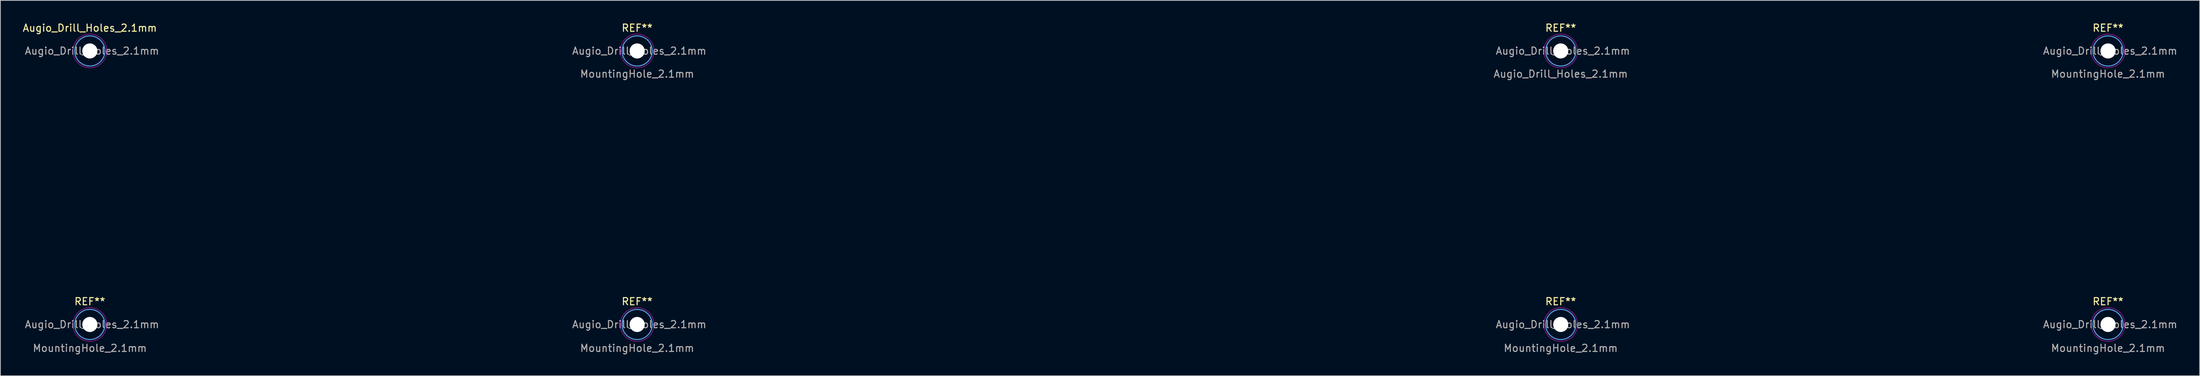
<source format=kicad_pcb>
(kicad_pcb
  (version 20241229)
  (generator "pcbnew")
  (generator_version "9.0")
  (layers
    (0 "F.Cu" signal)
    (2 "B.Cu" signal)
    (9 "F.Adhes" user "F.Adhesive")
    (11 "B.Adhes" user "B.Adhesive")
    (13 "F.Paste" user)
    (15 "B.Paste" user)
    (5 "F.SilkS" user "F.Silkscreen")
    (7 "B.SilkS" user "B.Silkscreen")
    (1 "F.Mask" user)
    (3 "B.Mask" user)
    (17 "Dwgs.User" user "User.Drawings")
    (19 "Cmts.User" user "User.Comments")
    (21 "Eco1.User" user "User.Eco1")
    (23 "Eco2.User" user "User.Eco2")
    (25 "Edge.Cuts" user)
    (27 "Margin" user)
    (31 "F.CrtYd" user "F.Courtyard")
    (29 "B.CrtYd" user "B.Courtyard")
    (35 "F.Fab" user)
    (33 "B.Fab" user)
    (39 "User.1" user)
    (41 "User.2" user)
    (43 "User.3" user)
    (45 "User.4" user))
  (footprint "Augio_Drill_Holes_2.1mm"
    (layer "F.Cu")
    (at 9.458 4.048)
    (property "Reference" "Augio_Drill_Holes_2.1mm" (at 0 -3.2 0) (layer "F.SilkS") (effects (font (size 1 1) (thickness 0.15))))
    (attr exclude_from_pos_files exclude_from_bom)
    (fp_circle (center 0 0) (end 2.1 0) (stroke (width 0.15) (type solid)) (fill no) (layer "Cmts.User"))
    (fp_circle (center 0 38.1) (end 2.1 38.1) (stroke (width 0.15) (type solid)) (fill no) (layer "Cmts.User"))
    (fp_circle (center 76.2 0) (end 78.3 0) (stroke (width 0.15) (type solid)) (fill no) (layer "Cmts.User"))
    (fp_circle (center 76.2 38.1) (end 78.3 38.1) (stroke (width 0.15) (type solid)) (fill no) (layer "Cmts.User"))
    (fp_circle (center 204.787 0) (end 206.887 0) (stroke (width 0.15) (type solid)) (fill no) (layer "Cmts.User"))
    (fp_circle (center 204.787 38.1) (end 206.887 38.1) (stroke (width 0.15) (type solid)) (fill no) (layer "Cmts.User"))
    (fp_circle (center 280.988 0) (end 283.087 0) (stroke (width 0.15) (type solid)) (fill no) (layer "Cmts.User"))
    (fp_circle (center 280.988 38.1) (end 283.087 38.1) (stroke (width 0.15) (type solid)) (fill no) (layer "Cmts.User"))
    (fp_circle (center 0 0) (end 2.35 0) (stroke (width 0.05) (type solid)) (fill no) (layer "F.CrtYd"))
    (fp_circle (center 0 38.1) (end 2.35 38.1) (stroke (width 0.05) (type solid)) (fill no) (layer "F.CrtYd"))
    (fp_circle (center 76.2 0) (end 78.55 0) (stroke (width 0.05) (type solid)) (fill no) (layer "F.CrtYd"))
    (fp_circle (center 76.2 38.1) (end 78.55 38.1) (stroke (width 0.05) (type solid)) (fill no) (layer "F.CrtYd"))
    (fp_circle (center 204.787 0) (end 207.137 0) (stroke (width 0.05) (type solid)) (fill no) (layer "F.CrtYd"))
    (fp_circle (center 204.787 38.1) (end 207.137 38.1) (stroke (width 0.05) (type solid)) (fill no) (layer "F.CrtYd"))
    (fp_circle (center 280.988 0) (end 283.337 0) (stroke (width 0.05) (type solid)) (fill no) (layer "F.CrtYd"))
    (fp_circle (center 280.988 38.1) (end 283.337 38.1) (stroke (width 0.05) (type solid)) (fill no) (layer "F.CrtYd"))
    (fp_text user "REF**" (at 76.2 34.9 0) (layer "F.SilkS") (effects (font (size 1 1) (thickness 0.15))))
    (fp_text user "REF**" (at 280.988 -3.2 0) (layer "F.SilkS") (effects (font (size 1 1) (thickness 0.15))))
    (fp_text user "REF**" (at 204.787 -3.2 0) (layer "F.SilkS") (effects (font (size 1 1) (thickness 0.15))))
    (fp_text user "REF**" (at 280.988 34.9 0) (layer "F.SilkS") (effects (font (size 1 1) (thickness 0.15))))
    (fp_text user "REF**" (at 204.787 34.9 0) (layer "F.SilkS") (effects (font (size 1 1) (thickness 0.15))))
    (fp_text user "REF**" (at 0 34.9 0) (layer "F.SilkS") (effects (font (size 1 1) (thickness 0.15))))
    (fp_text user "REF**" (at 76.2 -3.2 0) (layer "F.SilkS") (effects (font (size 1 1) (thickness 0.15))))
    (fp_text user "MountingHole_2.1mm" (at 204.787 41.402 0) (layer "F.Fab") (effects (font (size 1 1) (thickness 0.15))))
    (fp_text user "MountingHole_2.1mm" (at 76.2 3.2 0) (layer "F.Fab") (effects (font (size 1 1) (thickness 0.15))))
    (fp_text user "${REFERENCE}" (at 76.5 0 0) (layer "F.Fab") (effects (font (size 1 1) (thickness 0.15))))
    (fp_text user "${REFERENCE}" (at 0.3 0 0) (layer "F.Fab") (effects (font (size 1 1) (thickness 0.15))))
    (fp_text user "${REFERENCE}" (at 76.5 38.1 0) (layer "F.Fab") (effects (font (size 1 1) (thickness 0.15))))
    (fp_text user "MountingHole_2.1mm" (at 280.988 41.402 0) (layer "F.Fab") (effects (font (size 1 1) (thickness 0.15))))
    (fp_text user "${REFERENCE}" (at 281.288 38.1 0) (layer "F.Fab") (effects (font (size 1 1) (thickness 0.15))))
    (fp_text user "${REFERENCE}" (at 0.3 38.1 0) (layer "F.Fab") (effects (font (size 1 1) (thickness 0.15))))
    (fp_text user "${REFERENCE}" (at 205.088 38.1 0) (layer "F.Fab") (effects (font (size 1 1) (thickness 0.15))))
    (fp_text user "${REFERENCE}" (at 205.088 0 0) (layer "F.Fab") (effects (font (size 1 1) (thickness 0.15))))
    (fp_text user "MountingHole_2.1mm" (at 280.988 3.2 0) (layer "F.Fab") (effects (font (size 1 1) (thickness 0.15))))
    (fp_text user "${REFERENCE}" (at 281.288 0 0) (layer "F.Fab") (effects (font (size 1 1) (thickness 0.15))))
    (fp_text user "MountingHole_2.1mm" (at 0 41.402 0) (layer "F.Fab") (effects (font (size 1 1) (thickness 0.15))))
    (fp_text user "MountingHole_2.1mm" (at 76.2 41.402 0) (layer "F.Fab") (effects (font (size 1 1) (thickness 0.15))))
    (fp_text user "Augio_Drill_Holes_2.1mm" (at 204.787 3.2 0) (layer "F.Fab") (effects (font (size 1 1) (thickness 0.15))))
    (pad "" np_thru_hole circle (at 0 0) (size 2.1 2.1) (drill 2.1) (layers "*.Cu" "*.Mask"))
    (pad "" np_thru_hole circle (at 0 38.1) (size 2.1 2.1) (drill 2.1) (layers "*.Cu" "*.Mask"))
    (pad "" np_thru_hole circle (at 76.2 0) (size 2.1 2.1) (drill 2.1) (layers "*.Cu" "*.Mask"))
    (pad "" np_thru_hole circle (at 76.2 38.1) (size 2.1 2.1) (drill 2.1) (layers "*.Cu" "*.Mask"))
    (pad "" np_thru_hole circle (at 204.787 0) (size 2.1 2.1) (drill 2.1) (layers "*.Cu" "*.Mask"))
    (pad "" np_thru_hole circle (at 204.787 38.1) (size 2.1 2.1) (drill 2.1) (layers "*.Cu" "*.Mask"))
    (pad "" np_thru_hole circle (at 280.988 0) (size 2.1 2.1) (drill 2.1) (layers "*.Cu" "*.Mask"))
    (pad "" np_thru_hole circle (at 280.988 38.1) (size 2.1 2.1) (drill 2.1) (layers "*.Cu" "*.Mask")))
  (gr_rect
    (start -3 -3)
    (end 303.204 49.298)
    (stroke (width 0.1) (type default))
    (fill no)
    (layer "Edge.Cuts")))
</source>
